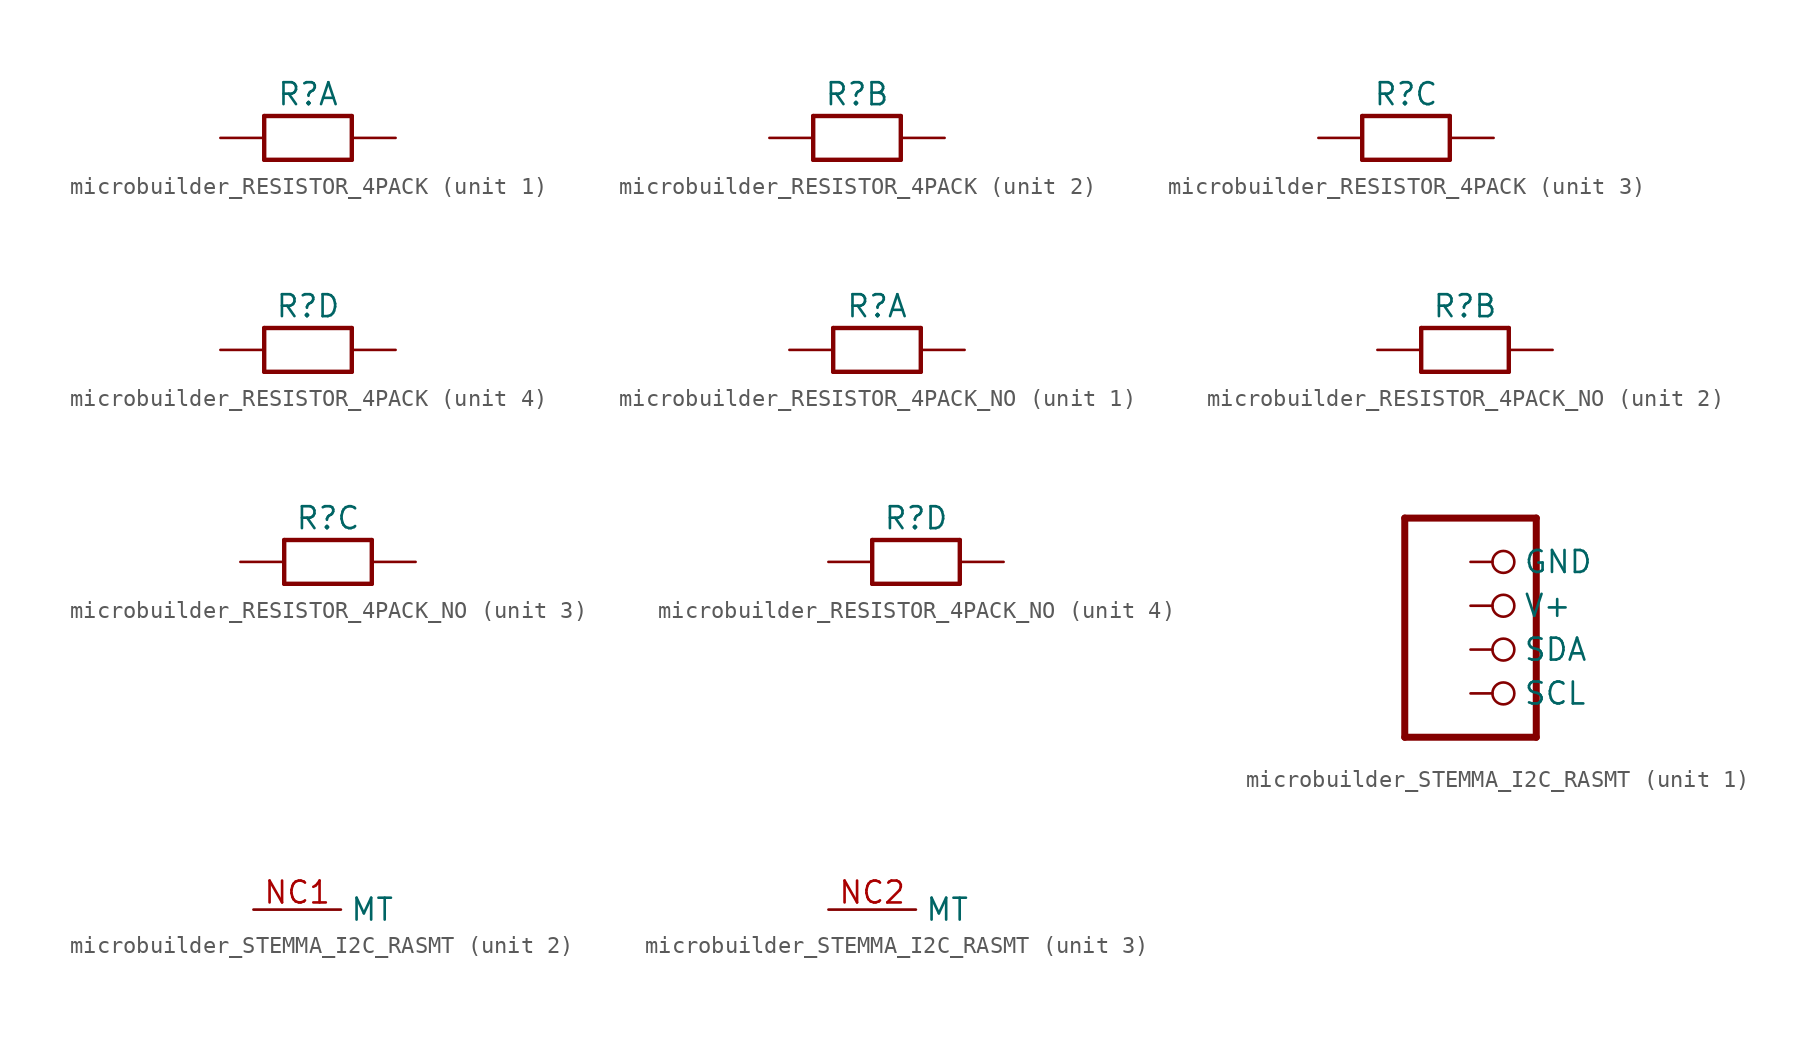
<source format=kicad_sym>
(kicad_symbol_lib
  (version 20220914)
  (generator kicad_symbol_editor)
  (symbol "microbuilder_RESISTOR_4PACK"
    (property "Reference" "R"
      (at 0 2.54 0)
      (effects (font (size 1.27 1.27))))
    (property "Value" ""
      (at 0 0 0)
      (effects (font (size 1.016 1.016) bold)))
    (property "ki_locked" ""
      (at 0 0 0)
      (effects (font (size 1.27 1.27))))
    (symbol "microbuilder_RESISTOR_4PACK_1_0"
      (polyline (pts (xy -2.54 -1.27) (xy -2.54 1.27)) (stroke (width 0.254) (type solid)) (fill (type none)))
      (polyline (pts (xy -2.54 1.27) (xy 2.54 1.27)) (stroke (width 0.254) (type solid)) (fill (type none)))
      (polyline (pts (xy 2.54 -1.27) (xy -2.54 -1.27)) (stroke (width 0.254) (type solid)) (fill (type none)))
      (polyline (pts (xy 2.54 1.27) (xy 2.54 -1.27)) (stroke (width 0.254) (type solid)) (fill (type none)))
      (pin passive line (at -5.08 0 0) (length 2.54) (name "1" (effects (font (size 0 0)))) (number "1" (effects (font (size 0 0)))))
      (pin passive line (at 5.08 0 180) (length 2.54) (name "2" (effects (font (size 0 0)))) (number "8" (effects (font (size 0 0))))))
    (symbol "microbuilder_RESISTOR_4PACK_2_0"
      (polyline (pts (xy -2.54 -1.27) (xy -2.54 1.27)) (stroke (width 0.254) (type solid)) (fill (type none)))
      (polyline (pts (xy -2.54 1.27) (xy 2.54 1.27)) (stroke (width 0.254) (type solid)) (fill (type none)))
      (polyline (pts (xy 2.54 -1.27) (xy -2.54 -1.27)) (stroke (width 0.254) (type solid)) (fill (type none)))
      (polyline (pts (xy 2.54 1.27) (xy 2.54 -1.27)) (stroke (width 0.254) (type solid)) (fill (type none)))
      (pin passive line (at -5.08 0 0) (length 2.54) (name "1" (effects (font (size 0 0)))) (number "2" (effects (font (size 0 0)))))
      (pin passive line (at 5.08 0 180) (length 2.54) (name "2" (effects (font (size 0 0)))) (number "7" (effects (font (size 0 0))))))
    (symbol "microbuilder_RESISTOR_4PACK_3_0"
      (polyline (pts (xy -2.54 -1.27) (xy -2.54 1.27)) (stroke (width 0.254) (type solid)) (fill (type none)))
      (polyline (pts (xy -2.54 1.27) (xy 2.54 1.27)) (stroke (width 0.254) (type solid)) (fill (type none)))
      (polyline (pts (xy 2.54 -1.27) (xy -2.54 -1.27)) (stroke (width 0.254) (type solid)) (fill (type none)))
      (polyline (pts (xy 2.54 1.27) (xy 2.54 -1.27)) (stroke (width 0.254) (type solid)) (fill (type none)))
      (pin passive line (at -5.08 0 0) (length 2.54) (name "1" (effects (font (size 0 0)))) (number "3" (effects (font (size 0 0)))))
      (pin passive line (at 5.08 0 180) (length 2.54) (name "2" (effects (font (size 0 0)))) (number "6" (effects (font (size 0 0))))))
    (symbol "microbuilder_RESISTOR_4PACK_4_0"
      (polyline (pts (xy -2.54 -1.27) (xy -2.54 1.27)) (stroke (width 0.254) (type solid)) (fill (type none)))
      (polyline (pts (xy -2.54 1.27) (xy 2.54 1.27)) (stroke (width 0.254) (type solid)) (fill (type none)))
      (polyline (pts (xy 2.54 -1.27) (xy -2.54 -1.27)) (stroke (width 0.254) (type solid)) (fill (type none)))
      (polyline (pts (xy 2.54 1.27) (xy 2.54 -1.27)) (stroke (width 0.254) (type solid)) (fill (type none)))
      (pin passive line (at -5.08 0 0) (length 2.54) (name "1" (effects (font (size 0 0)))) (number "4" (effects (font (size 0 0)))))
      (pin passive line (at 5.08 0 180) (length 2.54) (name "2" (effects (font (size 0 0)))) (number "5" (effects (font (size 0 0)))))))
  (symbol "microbuilder_RESISTOR_4PACK_NO"
    (property "Reference" "R"
      (at 0 2.54 0)
      (effects (font (size 1.27 1.27))))
    (property "Value" ""
      (at 0 0 0)
      (effects (font (size 1.016 1.016) bold)))
    (property "ki_locked" ""
      (at 0 0 0)
      (effects (font (size 1.27 1.27))))
    (symbol "microbuilder_RESISTOR_4PACK_NO_1_0"
      (polyline (pts (xy -2.54 -1.27) (xy -2.54 1.27)) (stroke (width 0.254) (type solid)) (fill (type none)))
      (polyline (pts (xy -2.54 1.27) (xy 2.54 1.27)) (stroke (width 0.254) (type solid)) (fill (type none)))
      (polyline (pts (xy 2.54 -1.27) (xy -2.54 -1.27)) (stroke (width 0.254) (type solid)) (fill (type none)))
      (polyline (pts (xy 2.54 1.27) (xy 2.54 -1.27)) (stroke (width 0.254) (type solid)) (fill (type none)))
      (pin passive line (at -5.08 0 0) (length 2.54) (name "1" (effects (font (size 0 0)))) (number "1" (effects (font (size 0 0)))))
      (pin passive line (at 5.08 0 180) (length 2.54) (name "2" (effects (font (size 0 0)))) (number "8" (effects (font (size 0 0))))))
    (symbol "microbuilder_RESISTOR_4PACK_NO_2_0"
      (polyline (pts (xy -2.54 -1.27) (xy -2.54 1.27)) (stroke (width 0.254) (type solid)) (fill (type none)))
      (polyline (pts (xy -2.54 1.27) (xy 2.54 1.27)) (stroke (width 0.254) (type solid)) (fill (type none)))
      (polyline (pts (xy 2.54 -1.27) (xy -2.54 -1.27)) (stroke (width 0.254) (type solid)) (fill (type none)))
      (polyline (pts (xy 2.54 1.27) (xy 2.54 -1.27)) (stroke (width 0.254) (type solid)) (fill (type none)))
      (pin passive line (at -5.08 0 0) (length 2.54) (name "1" (effects (font (size 0 0)))) (number "2" (effects (font (size 0 0)))))
      (pin passive line (at 5.08 0 180) (length 2.54) (name "2" (effects (font (size 0 0)))) (number "7" (effects (font (size 0 0))))))
    (symbol "microbuilder_RESISTOR_4PACK_NO_3_0"
      (polyline (pts (xy -2.54 -1.27) (xy -2.54 1.27)) (stroke (width 0.254) (type solid)) (fill (type none)))
      (polyline (pts (xy -2.54 1.27) (xy 2.54 1.27)) (stroke (width 0.254) (type solid)) (fill (type none)))
      (polyline (pts (xy 2.54 -1.27) (xy -2.54 -1.27)) (stroke (width 0.254) (type solid)) (fill (type none)))
      (polyline (pts (xy 2.54 1.27) (xy 2.54 -1.27)) (stroke (width 0.254) (type solid)) (fill (type none)))
      (pin passive line (at -5.08 0 0) (length 2.54) (name "1" (effects (font (size 0 0)))) (number "3" (effects (font (size 0 0)))))
      (pin passive line (at 5.08 0 180) (length 2.54) (name "2" (effects (font (size 0 0)))) (number "6" (effects (font (size 0 0))))))
    (symbol "microbuilder_RESISTOR_4PACK_NO_4_0"
      (polyline (pts (xy -2.54 -1.27) (xy -2.54 1.27)) (stroke (width 0.254) (type solid)) (fill (type none)))
      (polyline (pts (xy -2.54 1.27) (xy 2.54 1.27)) (stroke (width 0.254) (type solid)) (fill (type none)))
      (polyline (pts (xy 2.54 -1.27) (xy -2.54 -1.27)) (stroke (width 0.254) (type solid)) (fill (type none)))
      (polyline (pts (xy 2.54 1.27) (xy 2.54 -1.27)) (stroke (width 0.254) (type solid)) (fill (type none)))
      (pin passive line (at -5.08 0 0) (length 2.54) (name "1" (effects (font (size 0 0)))) (number "4" (effects (font (size 0 0)))))
      (pin passive line (at 5.08 0 180) (length 2.54) (name "2" (effects (font (size 0 0)))) (number "5" (effects (font (size 0 0)))))))
  (symbol "microbuilder_STEMMA_I2C_RASMT"
    (property "Reference" "CONN"
      (at -3.81 8.255 0)
      (effects (font (size 1.778 1.511)) (justify left bottom) hide))
    (property "ki_locked" ""
      (at 0 0 0)
      (effects (font (size 1.27 1.27))))
    (symbol "microbuilder_STEMMA_I2C_RASMT_1_0"
      (polyline (pts (xy -3.81 -5.08) (xy 3.81 -5.08)) (stroke (width 0.406) (type solid)) (fill (type none)))
      (polyline (pts (xy -3.81 7.62) (xy -3.81 -5.08)) (stroke (width 0.406) (type solid)) (fill (type none)))
      (polyline (pts (xy 3.81 -5.08) (xy 3.81 7.62)) (stroke (width 0.406) (type solid)) (fill (type none)))
      (polyline (pts (xy 3.81 7.62) (xy -3.81 7.62)) (stroke (width 0.406) (type solid)) (fill (type none)))
      (pin passive inverted (at 0 5.08 0) (length 2.54) (name "GND" (effects (font (size 1.27 1.27)))) (number "1" (effects (font (size 0 0)))))
      (pin passive inverted (at 0 2.54 0) (length 2.54) (name "V+" (effects (font (size 1.27 1.27)))) (number "2" (effects (font (size 0 0)))))
      (pin passive inverted (at 0 0 0) (length 2.54) (name "SDA" (effects (font (size 1.27 1.27)))) (number "3" (effects (font (size 0 0)))))
      (pin passive inverted (at 0 -2.54 0) (length 2.54) (name "SCL" (effects (font (size 1.27 1.27)))) (number "4" (effects (font (size 0 0))))))
    (symbol "microbuilder_STEMMA_I2C_RASMT_2_0"
      (pin bidirectional line (at 0 0 0) (length 5.08) (name "MT" (effects (font (size 1.27 1.27)))) (number "NC1" (effects (font (size 1.27 1.27))))))
    (symbol "microbuilder_STEMMA_I2C_RASMT_3_0"
      (pin bidirectional line (at 0 0 0) (length 5.08) (name "MT" (effects (font (size 1.27 1.27)))) (number "NC2" (effects (font (size 1.27 1.27))))))))
</source>
